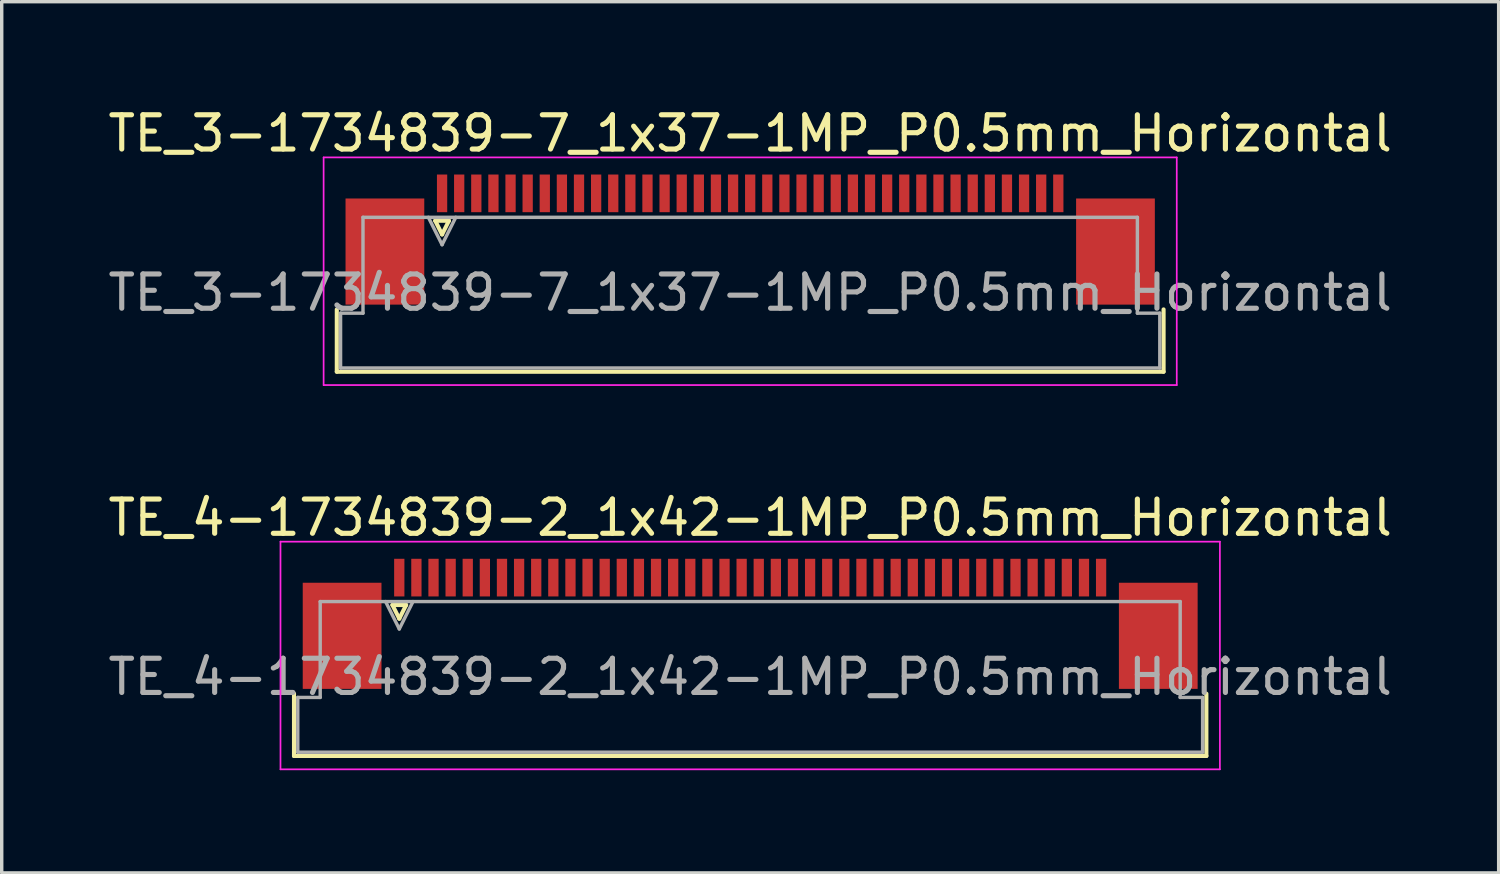
<source format=kicad_pcb>
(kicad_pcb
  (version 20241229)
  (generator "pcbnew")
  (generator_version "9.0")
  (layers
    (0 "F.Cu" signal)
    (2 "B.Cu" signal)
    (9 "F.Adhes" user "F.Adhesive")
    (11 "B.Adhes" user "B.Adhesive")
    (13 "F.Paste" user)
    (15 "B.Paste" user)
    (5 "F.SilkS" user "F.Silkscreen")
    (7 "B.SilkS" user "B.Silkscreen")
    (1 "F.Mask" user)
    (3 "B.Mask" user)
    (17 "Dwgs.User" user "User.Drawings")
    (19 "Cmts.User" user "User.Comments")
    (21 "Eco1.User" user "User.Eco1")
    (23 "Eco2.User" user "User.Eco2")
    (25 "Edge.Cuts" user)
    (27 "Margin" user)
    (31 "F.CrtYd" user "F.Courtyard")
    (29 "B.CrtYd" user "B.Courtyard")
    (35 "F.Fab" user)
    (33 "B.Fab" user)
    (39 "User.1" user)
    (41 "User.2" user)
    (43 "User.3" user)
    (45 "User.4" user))
  (footprint "TE_4-1734839-2_1x42-1MP_P0.5mm_Horizontal"
    (layer "F.Cu")
    (at 18.863 16.072)
    (property "Reference" "TE_4-1734839-2_1x42-1MP_P0.5mm_Horizontal" (at 0 -4 0) (layer "F.SilkS") (effects (font (size 1 1) (thickness 0.15))))
    (attr smd)
    (fp_line (start -13.325 2.96) (end -13.325 1.14) (stroke (width 0.12) (type solid)) (layer "F.SilkS"))
    (fp_line (start -10.45 -1.45) (end -10.25 -1.05) (stroke (width 0.12) (type solid)) (layer "F.SilkS"))
    (fp_line (start -10.25 -1.05) (end -10.05 -1.45) (stroke (width 0.12) (type solid)) (layer "F.SilkS"))
    (fp_line (start -10.05 -1.45) (end -10.45 -1.45) (stroke (width 0.12) (type solid)) (layer "F.SilkS"))
    (fp_line (start 13.325 1.14) (end 13.325 2.96) (stroke (width 0.12) (type solid)) (layer "F.SilkS"))
    (fp_line (start 13.325 2.96) (end -13.325 2.96) (stroke (width 0.12) (type solid)) (layer "F.SilkS"))
    (fp_line (start -13.72 -3.3) (end -13.72 3.35) (stroke (width 0.05) (type solid)) (layer "F.CrtYd"))
    (fp_line (start -13.72 3.35) (end 13.72 3.35) (stroke (width 0.05) (type solid)) (layer "F.CrtYd"))
    (fp_line (start 13.72 -3.3) (end -13.72 -3.3) (stroke (width 0.05) (type solid)) (layer "F.CrtYd"))
    (fp_line (start 13.72 3.35) (end 13.72 -3.3) (stroke (width 0.05) (type solid)) (layer "F.CrtYd"))
    (fp_line (start -13.215 1.25) (end -12.56 1.25) (stroke (width 0.1) (type solid)) (layer "F.Fab"))
    (fp_line (start -13.215 2.85) (end -13.215 1.25) (stroke (width 0.1) (type solid)) (layer "F.Fab"))
    (fp_line (start -12.56 -1.55) (end 12.56 -1.55) (stroke (width 0.1) (type solid)) (layer "F.Fab"))
    (fp_line (start -12.56 1.25) (end -12.56 -1.55) (stroke (width 0.1) (type solid)) (layer "F.Fab"))
    (fp_line (start -10.65 -1.55) (end -10.25 -0.75) (stroke (width 0.1) (type solid)) (layer "F.Fab"))
    (fp_line (start -10.25 -0.75) (end -9.85 -1.55) (stroke (width 0.1) (type solid)) (layer "F.Fab"))
    (fp_line (start 12.56 -1.55) (end 12.56 1.25) (stroke (width 0.1) (type solid)) (layer "F.Fab"))
    (fp_line (start 12.56 1.25) (end 13.215 1.25) (stroke (width 0.1) (type solid)) (layer "F.Fab"))
    (fp_line (start 13.215 1.25) (end 13.215 2.85) (stroke (width 0.1) (type solid)) (layer "F.Fab"))
    (fp_line (start 13.215 2.85) (end -13.215 2.85) (stroke (width 0.1) (type solid)) (layer "F.Fab"))
    (fp_text user "${REFERENCE}" (at 0 0.65 0) (layer "F.Fab") (effects (font (size 1 1) (thickness 0.15))))
    (pad "1" smd rect (at -10.25 -2.25) (size 0.3 1.1) (layers "F.Cu" "F.Mask" "F.Paste"))
    (pad "2" smd rect (at -9.75 -2.25) (size 0.3 1.1) (layers "F.Cu" "F.Mask" "F.Paste"))
    (pad "3" smd rect (at -9.25 -2.25) (size 0.3 1.1) (layers "F.Cu" "F.Mask" "F.Paste"))
    (pad "4" smd rect (at -8.75 -2.25) (size 0.3 1.1) (layers "F.Cu" "F.Mask" "F.Paste"))
    (pad "5" smd rect (at -8.25 -2.25) (size 0.3 1.1) (layers "F.Cu" "F.Mask" "F.Paste"))
    (pad "6" smd rect (at -7.75 -2.25) (size 0.3 1.1) (layers "F.Cu" "F.Mask" "F.Paste"))
    (pad "7" smd rect (at -7.25 -2.25) (size 0.3 1.1) (layers "F.Cu" "F.Mask" "F.Paste"))
    (pad "8" smd rect (at -6.75 -2.25) (size 0.3 1.1) (layers "F.Cu" "F.Mask" "F.Paste"))
    (pad "9" smd rect (at -6.25 -2.25) (size 0.3 1.1) (layers "F.Cu" "F.Mask" "F.Paste"))
    (pad "10" smd rect (at -5.75 -2.25) (size 0.3 1.1) (layers "F.Cu" "F.Mask" "F.Paste"))
    (pad "11" smd rect (at -5.25 -2.25) (size 0.3 1.1) (layers "F.Cu" "F.Mask" "F.Paste"))
    (pad "12" smd rect (at -4.75 -2.25) (size 0.3 1.1) (layers "F.Cu" "F.Mask" "F.Paste"))
    (pad "13" smd rect (at -4.25 -2.25) (size 0.3 1.1) (layers "F.Cu" "F.Mask" "F.Paste"))
    (pad "14" smd rect (at -3.75 -2.25) (size 0.3 1.1) (layers "F.Cu" "F.Mask" "F.Paste"))
    (pad "15" smd rect (at -3.25 -2.25) (size 0.3 1.1) (layers "F.Cu" "F.Mask" "F.Paste"))
    (pad "16" smd rect (at -2.75 -2.25) (size 0.3 1.1) (layers "F.Cu" "F.Mask" "F.Paste"))
    (pad "17" smd rect (at -2.25 -2.25) (size 0.3 1.1) (layers "F.Cu" "F.Mask" "F.Paste"))
    (pad "18" smd rect (at -1.75 -2.25) (size 0.3 1.1) (layers "F.Cu" "F.Mask" "F.Paste"))
    (pad "19" smd rect (at -1.25 -2.25) (size 0.3 1.1) (layers "F.Cu" "F.Mask" "F.Paste"))
    (pad "20" smd rect (at -0.75 -2.25) (size 0.3 1.1) (layers "F.Cu" "F.Mask" "F.Paste"))
    (pad "21" smd rect (at -0.25 -2.25) (size 0.3 1.1) (layers "F.Cu" "F.Mask" "F.Paste"))
    (pad "22" smd rect (at 0.25 -2.25) (size 0.3 1.1) (layers "F.Cu" "F.Mask" "F.Paste"))
    (pad "23" smd rect (at 0.75 -2.25) (size 0.3 1.1) (layers "F.Cu" "F.Mask" "F.Paste"))
    (pad "24" smd rect (at 1.25 -2.25) (size 0.3 1.1) (layers "F.Cu" "F.Mask" "F.Paste"))
    (pad "25" smd rect (at 1.75 -2.25) (size 0.3 1.1) (layers "F.Cu" "F.Mask" "F.Paste"))
    (pad "26" smd rect (at 2.25 -2.25) (size 0.3 1.1) (layers "F.Cu" "F.Mask" "F.Paste"))
    (pad "27" smd rect (at 2.75 -2.25) (size 0.3 1.1) (layers "F.Cu" "F.Mask" "F.Paste"))
    (pad "28" smd rect (at 3.25 -2.25) (size 0.3 1.1) (layers "F.Cu" "F.Mask" "F.Paste"))
    (pad "29" smd rect (at 3.75 -2.25) (size 0.3 1.1) (layers "F.Cu" "F.Mask" "F.Paste"))
    (pad "30" smd rect (at 4.25 -2.25) (size 0.3 1.1) (layers "F.Cu" "F.Mask" "F.Paste"))
    (pad "31" smd rect (at 4.75 -2.25) (size 0.3 1.1) (layers "F.Cu" "F.Mask" "F.Paste"))
    (pad "32" smd rect (at 5.25 -2.25) (size 0.3 1.1) (layers "F.Cu" "F.Mask" "F.Paste"))
    (pad "33" smd rect (at 5.75 -2.25) (size 0.3 1.1) (layers "F.Cu" "F.Mask" "F.Paste"))
    (pad "34" smd rect (at 6.25 -2.25) (size 0.3 1.1) (layers "F.Cu" "F.Mask" "F.Paste"))
    (pad "35" smd rect (at 6.75 -2.25) (size 0.3 1.1) (layers "F.Cu" "F.Mask" "F.Paste"))
    (pad "36" smd rect (at 7.25 -2.25) (size 0.3 1.1) (layers "F.Cu" "F.Mask" "F.Paste"))
    (pad "37" smd rect (at 7.75 -2.25) (size 0.3 1.1) (layers "F.Cu" "F.Mask" "F.Paste"))
    (pad "38" smd rect (at 8.25 -2.25) (size 0.3 1.1) (layers "F.Cu" "F.Mask" "F.Paste"))
    (pad "39" smd rect (at 8.75 -2.25) (size 0.3 1.1) (layers "F.Cu" "F.Mask" "F.Paste"))
    (pad "40" smd rect (at 9.25 -2.25) (size 0.3 1.1) (layers "F.Cu" "F.Mask" "F.Paste"))
    (pad "41" smd rect (at 9.75 -2.25) (size 0.3 1.1) (layers "F.Cu" "F.Mask" "F.Paste"))
    (pad "42" smd rect (at 10.25 -2.25) (size 0.3 1.1) (layers "F.Cu" "F.Mask" "F.Paste"))
    (pad "MP" smd rect (at -11.92 -0.55) (size 2.3 3.1) (layers "F.Cu" "F.Mask" "F.Paste"))
    (pad "MP" smd rect (at 11.92 -0.55) (size 2.3 3.1) (layers "F.Cu" "F.Mask" "F.Paste")))
  (footprint "TE_3-1734839-7_1x37-1MP_P0.5mm_Horizontal"
    (layer "F.Cu")
    (at 18.863 3.948)
    (property "Reference" "TE_3-1734839-7_1x37-1MP_P0.5mm_Horizontal" (at 0 -3.1 0) (layer "F.SilkS") (effects (font (size 1 1) (thickness 0.15))))
    (attr smd)
    (fp_line (start -12.075 3.86) (end -12.075 2.04) (stroke (width 0.12) (type solid)) (layer "F.SilkS"))
    (fp_line (start -9.2 -0.55) (end -9 -0.15) (stroke (width 0.12) (type solid)) (layer "F.SilkS"))
    (fp_line (start -9 -0.15) (end -8.8 -0.55) (stroke (width 0.12) (type solid)) (layer "F.SilkS"))
    (fp_line (start -8.8 -0.55) (end -9.2 -0.55) (stroke (width 0.12) (type solid)) (layer "F.SilkS"))
    (fp_line (start 12.075 2.04) (end 12.075 3.86) (stroke (width 0.12) (type solid)) (layer "F.SilkS"))
    (fp_line (start 12.075 3.86) (end -12.075 3.86) (stroke (width 0.12) (type solid)) (layer "F.SilkS"))
    (fp_line (start -12.46 -2.4) (end -12.46 4.25) (stroke (width 0.05) (type solid)) (layer "F.CrtYd"))
    (fp_line (start -12.46 4.25) (end 12.46 4.25) (stroke (width 0.05) (type solid)) (layer "F.CrtYd"))
    (fp_line (start 12.46 -2.4) (end -12.46 -2.4) (stroke (width 0.05) (type solid)) (layer "F.CrtYd"))
    (fp_line (start 12.46 4.25) (end 12.46 -2.4) (stroke (width 0.05) (type solid)) (layer "F.CrtYd"))
    (fp_line (start -11.965 2.15) (end -11.31 2.15) (stroke (width 0.1) (type solid)) (layer "F.Fab"))
    (fp_line (start -11.965 3.75) (end -11.965 2.15) (stroke (width 0.1) (type solid)) (layer "F.Fab"))
    (fp_line (start -11.31 -0.65) (end 11.31 -0.65) (stroke (width 0.1) (type solid)) (layer "F.Fab"))
    (fp_line (start -11.31 2.15) (end -11.31 -0.65) (stroke (width 0.1) (type solid)) (layer "F.Fab"))
    (fp_line (start -9.4 -0.65) (end -9 0.15) (stroke (width 0.1) (type solid)) (layer "F.Fab"))
    (fp_line (start -9 0.15) (end -8.6 -0.65) (stroke (width 0.1) (type solid)) (layer "F.Fab"))
    (fp_line (start 11.31 -0.65) (end 11.31 2.15) (stroke (width 0.1) (type solid)) (layer "F.Fab"))
    (fp_line (start 11.31 2.15) (end 11.965 2.15) (stroke (width 0.1) (type solid)) (layer "F.Fab"))
    (fp_line (start 11.965 2.15) (end 11.965 3.75) (stroke (width 0.1) (type solid)) (layer "F.Fab"))
    (fp_line (start 11.965 3.75) (end -11.965 3.75) (stroke (width 0.1) (type solid)) (layer "F.Fab"))
    (fp_text user "${REFERENCE}" (at 0 1.55 0) (layer "F.Fab") (effects (font (size 1 1) (thickness 0.15))))
    (pad "1" smd rect (at -9 -1.35) (size 0.3 1.1) (layers "F.Cu" "F.Mask" "F.Paste"))
    (pad "2" smd rect (at -8.5 -1.35) (size 0.3 1.1) (layers "F.Cu" "F.Mask" "F.Paste"))
    (pad "3" smd rect (at -8 -1.35) (size 0.3 1.1) (layers "F.Cu" "F.Mask" "F.Paste"))
    (pad "4" smd rect (at -7.5 -1.35) (size 0.3 1.1) (layers "F.Cu" "F.Mask" "F.Paste"))
    (pad "5" smd rect (at -7 -1.35) (size 0.3 1.1) (layers "F.Cu" "F.Mask" "F.Paste"))
    (pad "6" smd rect (at -6.5 -1.35) (size 0.3 1.1) (layers "F.Cu" "F.Mask" "F.Paste"))
    (pad "7" smd rect (at -6 -1.35) (size 0.3 1.1) (layers "F.Cu" "F.Mask" "F.Paste"))
    (pad "8" smd rect (at -5.5 -1.35) (size 0.3 1.1) (layers "F.Cu" "F.Mask" "F.Paste"))
    (pad "9" smd rect (at -5 -1.35) (size 0.3 1.1) (layers "F.Cu" "F.Mask" "F.Paste"))
    (pad "10" smd rect (at -4.5 -1.35) (size 0.3 1.1) (layers "F.Cu" "F.Mask" "F.Paste"))
    (pad "11" smd rect (at -4 -1.35) (size 0.3 1.1) (layers "F.Cu" "F.Mask" "F.Paste"))
    (pad "12" smd rect (at -3.5 -1.35) (size 0.3 1.1) (layers "F.Cu" "F.Mask" "F.Paste"))
    (pad "13" smd rect (at -3 -1.35) (size 0.3 1.1) (layers "F.Cu" "F.Mask" "F.Paste"))
    (pad "14" smd rect (at -2.5 -1.35) (size 0.3 1.1) (layers "F.Cu" "F.Mask" "F.Paste"))
    (pad "15" smd rect (at -2 -1.35) (size 0.3 1.1) (layers "F.Cu" "F.Mask" "F.Paste"))
    (pad "16" smd rect (at -1.5 -1.35) (size 0.3 1.1) (layers "F.Cu" "F.Mask" "F.Paste"))
    (pad "17" smd rect (at -1 -1.35) (size 0.3 1.1) (layers "F.Cu" "F.Mask" "F.Paste"))
    (pad "18" smd rect (at -0.5 -1.35) (size 0.3 1.1) (layers "F.Cu" "F.Mask" "F.Paste"))
    (pad "19" smd rect (at 0 -1.35) (size 0.3 1.1) (layers "F.Cu" "F.Mask" "F.Paste"))
    (pad "20" smd rect (at 0.5 -1.35) (size 0.3 1.1) (layers "F.Cu" "F.Mask" "F.Paste"))
    (pad "21" smd rect (at 1 -1.35) (size 0.3 1.1) (layers "F.Cu" "F.Mask" "F.Paste"))
    (pad "22" smd rect (at 1.5 -1.35) (size 0.3 1.1) (layers "F.Cu" "F.Mask" "F.Paste"))
    (pad "23" smd rect (at 2 -1.35) (size 0.3 1.1) (layers "F.Cu" "F.Mask" "F.Paste"))
    (pad "24" smd rect (at 2.5 -1.35) (size 0.3 1.1) (layers "F.Cu" "F.Mask" "F.Paste"))
    (pad "25" smd rect (at 3 -1.35) (size 0.3 1.1) (layers "F.Cu" "F.Mask" "F.Paste"))
    (pad "26" smd rect (at 3.5 -1.35) (size 0.3 1.1) (layers "F.Cu" "F.Mask" "F.Paste"))
    (pad "27" smd rect (at 4 -1.35) (size 0.3 1.1) (layers "F.Cu" "F.Mask" "F.Paste"))
    (pad "28" smd rect (at 4.5 -1.35) (size 0.3 1.1) (layers "F.Cu" "F.Mask" "F.Paste"))
    (pad "29" smd rect (at 5 -1.35) (size 0.3 1.1) (layers "F.Cu" "F.Mask" "F.Paste"))
    (pad "30" smd rect (at 5.5 -1.35) (size 0.3 1.1) (layers "F.Cu" "F.Mask" "F.Paste"))
    (pad "31" smd rect (at 6 -1.35) (size 0.3 1.1) (layers "F.Cu" "F.Mask" "F.Paste"))
    (pad "32" smd rect (at 6.5 -1.35) (size 0.3 1.1) (layers "F.Cu" "F.Mask" "F.Paste"))
    (pad "33" smd rect (at 7 -1.35) (size 0.3 1.1) (layers "F.Cu" "F.Mask" "F.Paste"))
    (pad "34" smd rect (at 7.5 -1.35) (size 0.3 1.1) (layers "F.Cu" "F.Mask" "F.Paste"))
    (pad "35" smd rect (at 8 -1.35) (size 0.3 1.1) (layers "F.Cu" "F.Mask" "F.Paste"))
    (pad "36" smd rect (at 8.5 -1.35) (size 0.3 1.1) (layers "F.Cu" "F.Mask" "F.Paste"))
    (pad "37" smd rect (at 9 -1.35) (size 0.3 1.1) (layers "F.Cu" "F.Mask" "F.Paste"))
    (pad "MP" smd rect (at -10.67 0.35) (size 2.3 3.1) (layers "F.Cu" "F.Mask" "F.Paste"))
    (pad "MP" smd rect (at 10.67 0.35) (size 2.3 3.1) (layers "F.Cu" "F.Mask" "F.Paste")))
  (gr_rect
    (start -3 -3)
    (end 40.726 22.447)
    (stroke (width 0.1) (type default))
    (fill no)
    (layer "Edge.Cuts")))
</source>
